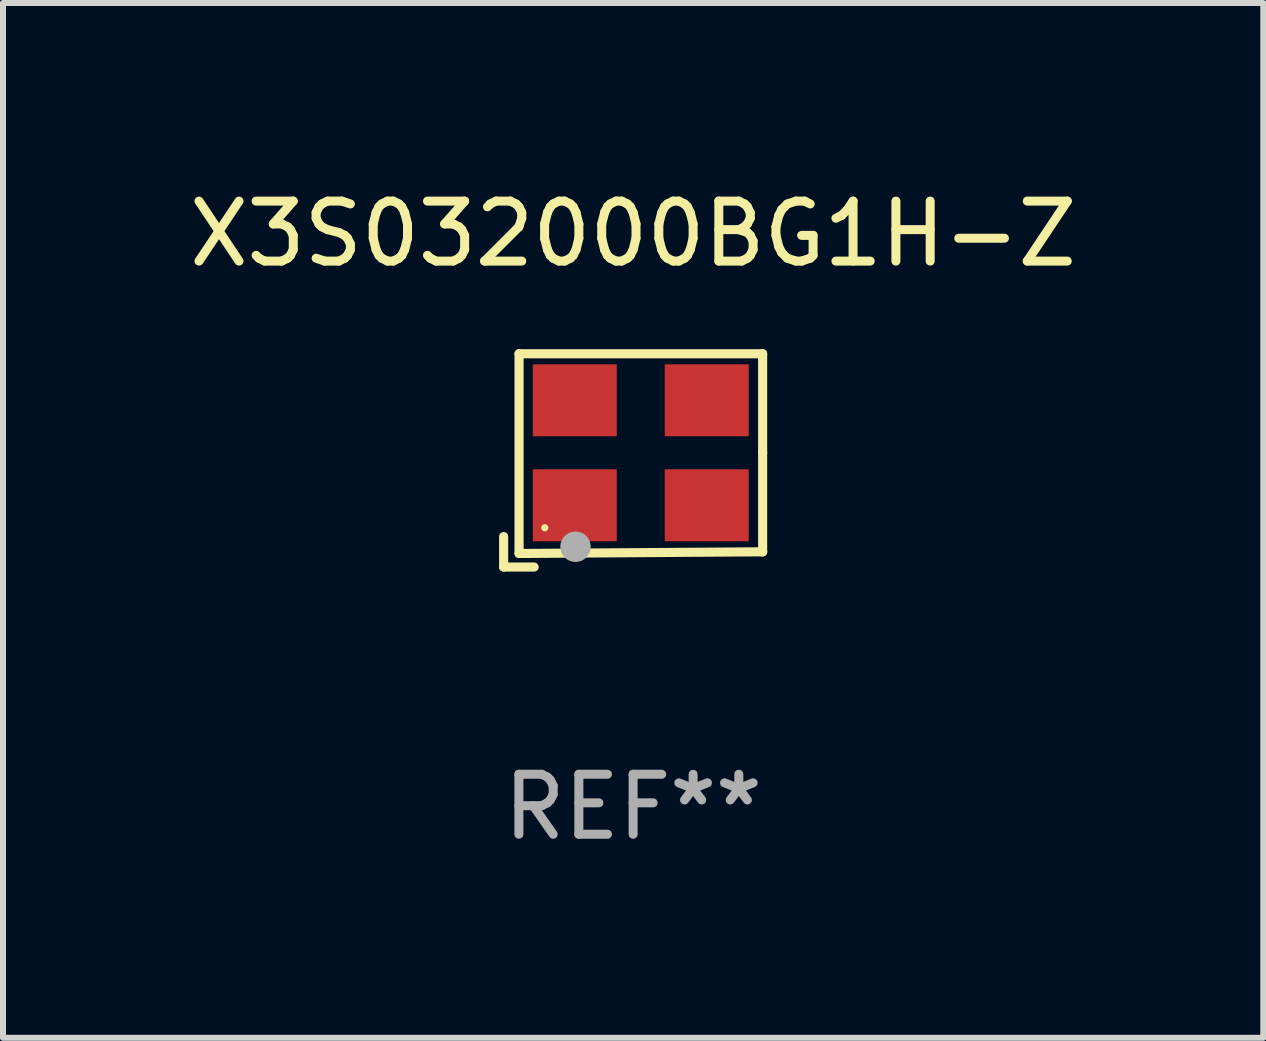
<source format=kicad_pcb>
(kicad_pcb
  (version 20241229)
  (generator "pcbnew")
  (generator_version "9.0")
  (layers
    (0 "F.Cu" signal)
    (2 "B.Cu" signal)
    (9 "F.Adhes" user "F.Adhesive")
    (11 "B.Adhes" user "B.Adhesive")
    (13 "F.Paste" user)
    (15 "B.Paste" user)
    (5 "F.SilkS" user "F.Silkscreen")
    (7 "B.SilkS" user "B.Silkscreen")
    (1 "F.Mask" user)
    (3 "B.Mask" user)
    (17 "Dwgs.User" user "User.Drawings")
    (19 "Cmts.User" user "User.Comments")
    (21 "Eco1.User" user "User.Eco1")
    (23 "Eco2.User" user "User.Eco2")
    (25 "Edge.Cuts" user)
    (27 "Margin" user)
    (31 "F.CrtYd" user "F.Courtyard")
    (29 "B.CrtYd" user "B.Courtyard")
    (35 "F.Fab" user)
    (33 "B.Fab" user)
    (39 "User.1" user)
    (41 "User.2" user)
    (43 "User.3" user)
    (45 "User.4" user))
  (footprint "X3S032000BG1H-Z"
    (layer "F.Cu")
    (at 7.506 4.626)
    (property "Reference" "X3S032000BG1H-Z" (at 0 -3.778 0) (layer "F.SilkS") (effects (font (size 1 1) (thickness 0.15))))
    (attr through_hole)
    (fp_line (start -2.159 1.27) (end -2.159 1.778) (stroke (width 0.152) (type solid)) (layer "F.SilkS"))
    (fp_line (start -2.159 1.778) (end -1.651 1.778) (stroke (width 0.152) (type solid)) (layer "F.SilkS"))
    (fp_line (start -1.902 -1.778) (end 2.159 -1.778) (stroke (width 0.152) (type solid)) (layer "F.SilkS"))
    (fp_line (start -1.902 1.552) (end -1.902 -1.778) (stroke (width 0.152) (type solid)) (layer "F.SilkS"))
    (fp_line (start 2.159 -1.778) (end 2.159 -0.127) (stroke (width 0.152) (type solid)) (layer "F.SilkS"))
    (fp_line (start 2.159 -0.127) (end 2.159 1.524) (stroke (width 0.152) (type solid)) (layer "F.SilkS"))
    (fp_line (start 2.159 1.524) (end -1.902 1.552) (stroke (width 0.152) (type solid)) (layer "F.SilkS"))
    (fp_line (start 2.159 1.524) (end 2.159 1.524) (stroke (width 0.152) (type solid)) (layer "F.SilkS"))
    (fp_circle (center -1.473 1.123) (end -1.443 1.123) (stroke (width 0.06) (type solid)) (fill no) (layer "F.SilkS"))
    (fp_circle (center -0.961 1.44) (end -0.834 1.44) (stroke (width 0.254) (type solid)) (fill no) (layer "F.Fab"))
    (fp_text user "REF**" (at 0 5.778 0) (layer "F.Fab") (effects (font (size 1 1) (thickness 0.15))))
    (pad "1" smd rect (at -0.973 0.748) (size 1.4 1.2) (layers "F.Cu" "F.Mask" "F.Paste"))
    (pad "2" smd rect (at 1.227 0.748) (size 1.4 1.2) (layers "F.Cu" "F.Mask" "F.Paste"))
    (pad "3" smd rect (at 1.227 -1.002) (size 1.4 1.2) (layers "F.Cu" "F.Mask" "F.Paste"))
    (pad "4" smd rect (at -0.973 -1.002) (size 1.4 1.2) (layers "F.Cu" "F.Mask" "F.Paste")))
  (gr_rect
    (start -3 -3)
    (end 18.012 14.253)
    (stroke (width 0.1) (type default))
    (fill no)
    (layer "Edge.Cuts")))
</source>
